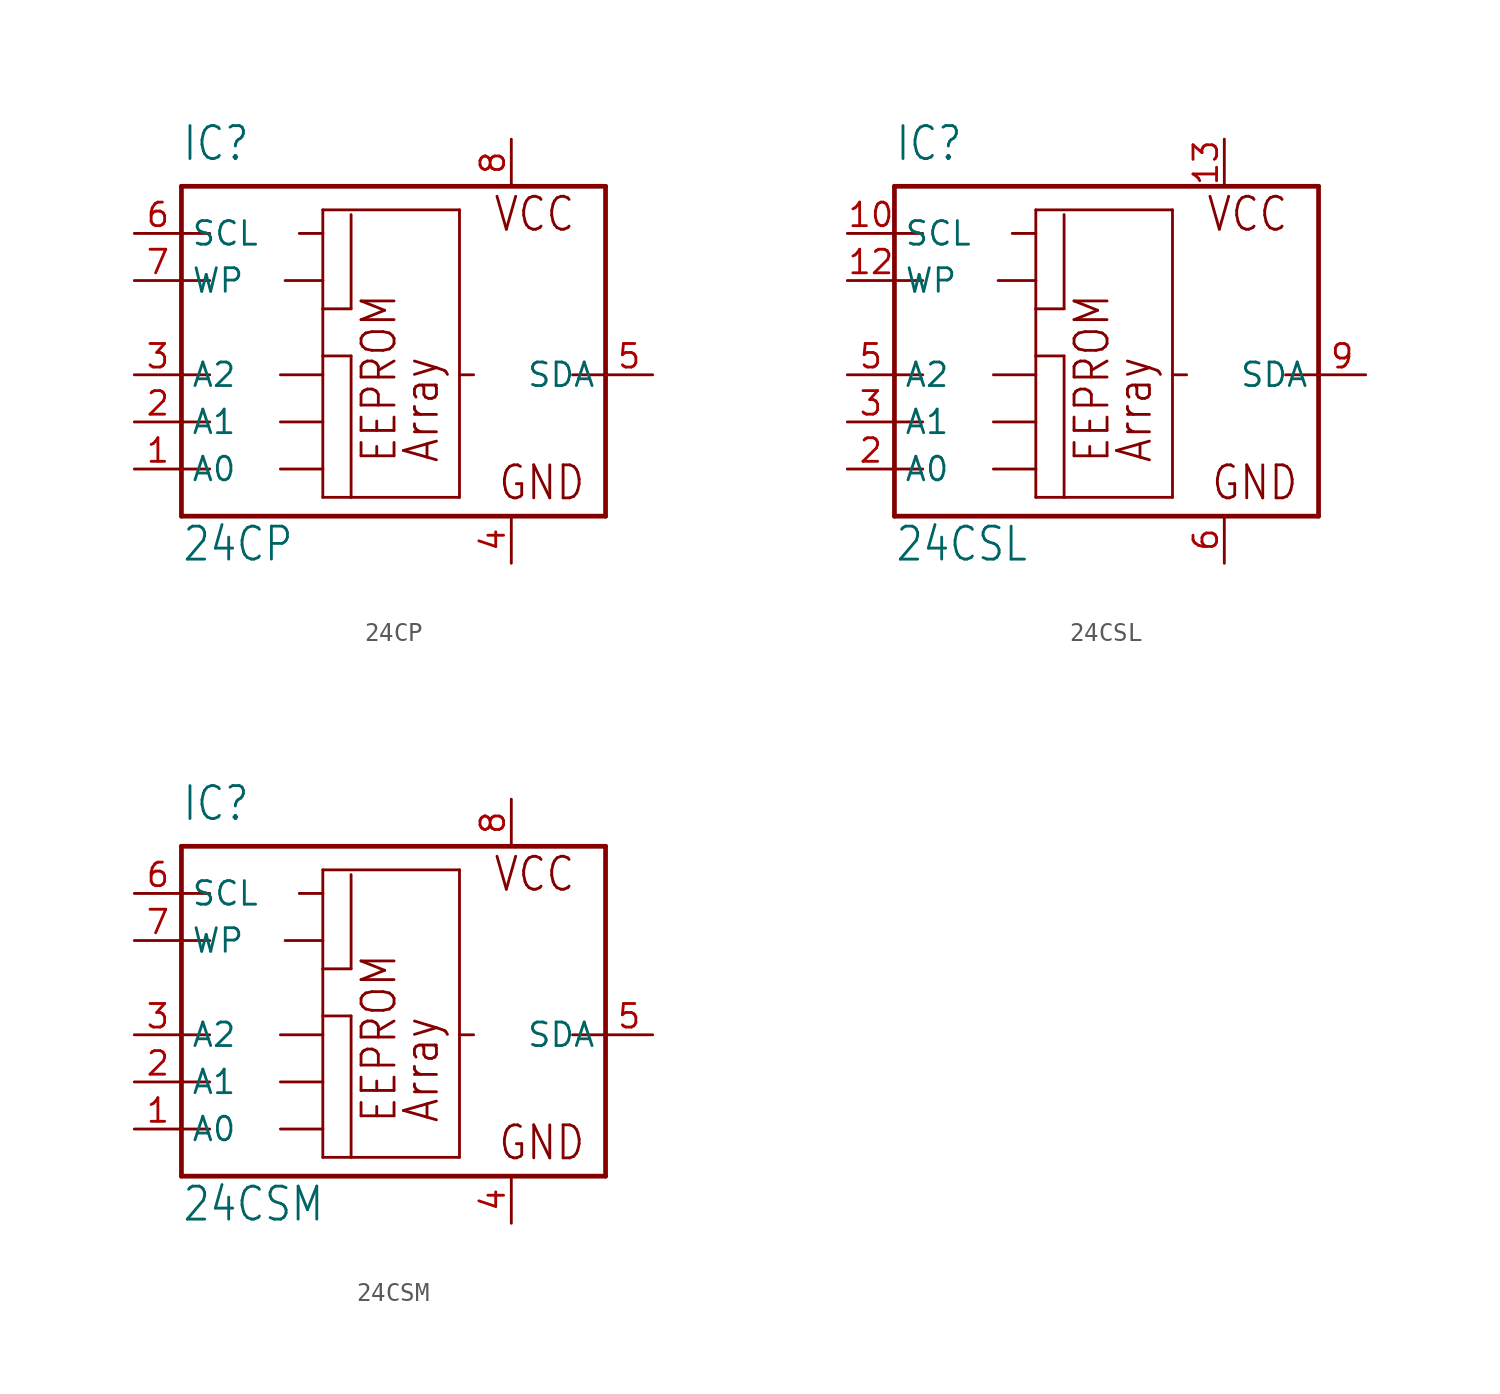
<source format=kicad_sym>
(kicad_symbol_lib
  (version 20211014)
  (generator kicad_symbol_editor)
  (symbol "24CP"
    (property "Reference" "IC"
      (at -10.16 11.43 0)
      (effects (font (size 1.778 1.511)) (justify left bottom)))
    (property "Value" "24CP"
      (at -10.16 -10.16 0)
      (effects (font (size 1.778 1.511)) (justify left bottom)))
    (property "ki_locked" ""
      (at 0 0 0)
      (effects (font (size 1.27 1.27))))
    (symbol "24CP_1_0"
      (polyline (pts (xy -10.16 -7.62) (xy -10.16 -5.08)) (stroke (width 0.254) (type default) (color 0 0 0 0)) (fill (type none)))
      (polyline (pts (xy -10.16 -5.08) (xy -10.16 -2.54)) (stroke (width 0.254) (type default) (color 0 0 0 0)) (fill (type none)))
      (polyline (pts (xy -10.16 -5.08) (xy -8.636 -5.08)) (stroke (width 0.152) (type default) (color 0 0 0 0)) (fill (type none)))
      (polyline (pts (xy -10.16 -2.54) (xy -10.16 0)) (stroke (width 0.254) (type default) (color 0 0 0 0)) (fill (type none)))
      (polyline (pts (xy -10.16 -2.54) (xy -8.636 -2.54)) (stroke (width 0.152) (type default) (color 0 0 0 0)) (fill (type none)))
      (polyline (pts (xy -10.16 0) (xy -10.16 5.08)) (stroke (width 0.254) (type default) (color 0 0 0 0)) (fill (type none)))
      (polyline (pts (xy -10.16 0) (xy -8.636 0)) (stroke (width 0.152) (type default) (color 0 0 0 0)) (fill (type none)))
      (polyline (pts (xy -10.16 5.08) (xy -10.16 7.62)) (stroke (width 0.254) (type default) (color 0 0 0 0)) (fill (type none)))
      (polyline (pts (xy -10.16 5.08) (xy -8.636 5.08)) (stroke (width 0.152) (type default) (color 0 0 0 0)) (fill (type none)))
      (polyline (pts (xy -10.16 7.62) (xy -10.16 10.16)) (stroke (width 0.254) (type default) (color 0 0 0 0)) (fill (type none)))
      (polyline (pts (xy -10.16 7.62) (xy -8.636 7.62)) (stroke (width 0.152) (type default) (color 0 0 0 0)) (fill (type none)))
      (polyline (pts (xy -10.16 10.16) (xy 12.7 10.16)) (stroke (width 0.254) (type default) (color 0 0 0 0)) (fill (type none)))
      (polyline (pts (xy -4.826 -5.08) (xy -2.54 -5.08)) (stroke (width 0.152) (type default) (color 0 0 0 0)) (fill (type none)))
      (polyline (pts (xy -4.826 -2.54) (xy -2.54 -2.54)) (stroke (width 0.152) (type default) (color 0 0 0 0)) (fill (type none)))
      (polyline (pts (xy -4.826 0) (xy -2.54 0)) (stroke (width 0.152) (type default) (color 0 0 0 0)) (fill (type none)))
      (polyline (pts (xy -4.572 5.08) (xy -2.54 5.08)) (stroke (width 0.152) (type default) (color 0 0 0 0)) (fill (type none)))
      (polyline (pts (xy -3.81 7.62) (xy -2.54 7.62)) (stroke (width 0.152) (type default) (color 0 0 0 0)) (fill (type none)))
      (polyline (pts (xy -2.54 -6.604) (xy -2.54 -5.08)) (stroke (width 0.152) (type default) (color 0 0 0 0)) (fill (type none)))
      (polyline (pts (xy -2.54 -5.08) (xy -2.54 -2.54)) (stroke (width 0.152) (type default) (color 0 0 0 0)) (fill (type none)))
      (polyline (pts (xy -2.54 -2.54) (xy -2.54 0)) (stroke (width 0.152) (type default) (color 0 0 0 0)) (fill (type none)))
      (polyline (pts (xy -2.54 0) (xy -2.54 1.016)) (stroke (width 0.152) (type default) (color 0 0 0 0)) (fill (type none)))
      (polyline (pts (xy -2.54 1.016) (xy -2.54 3.556)) (stroke (width 0.152) (type default) (color 0 0 0 0)) (fill (type none)))
      (polyline (pts (xy -2.54 1.016) (xy -1.016 1.016)) (stroke (width 0.152) (type default) (color 0 0 0 0)) (fill (type none)))
      (polyline (pts (xy -2.54 3.556) (xy -2.54 5.08)) (stroke (width 0.152) (type default) (color 0 0 0 0)) (fill (type none)))
      (polyline (pts (xy -2.54 3.556) (xy -1.016 3.556)) (stroke (width 0.152) (type default) (color 0 0 0 0)) (fill (type none)))
      (polyline (pts (xy -2.54 5.08) (xy -2.54 7.62)) (stroke (width 0.152) (type default) (color 0 0 0 0)) (fill (type none)))
      (polyline (pts (xy -2.54 7.62) (xy -2.54 8.89)) (stroke (width 0.152) (type default) (color 0 0 0 0)) (fill (type none)))
      (polyline (pts (xy -2.54 8.89) (xy 4.826 8.89)) (stroke (width 0.152) (type default) (color 0 0 0 0)) (fill (type none)))
      (polyline (pts (xy -1.016 -6.604) (xy -2.54 -6.604)) (stroke (width 0.152) (type default) (color 0 0 0 0)) (fill (type none)))
      (polyline (pts (xy -1.016 1.016) (xy -1.016 -6.604)) (stroke (width 0.152) (type default) (color 0 0 0 0)) (fill (type none)))
      (polyline (pts (xy -1.016 8.636) (xy -1.016 3.556)) (stroke (width 0.152) (type default) (color 0 0 0 0)) (fill (type none)))
      (polyline (pts (xy 4.826 -6.604) (xy -1.016 -6.604)) (stroke (width 0.152) (type default) (color 0 0 0 0)) (fill (type none)))
      (polyline (pts (xy 4.826 0) (xy 4.826 -6.604)) (stroke (width 0.152) (type default) (color 0 0 0 0)) (fill (type none)))
      (polyline (pts (xy 4.826 8.89) (xy 4.826 0)) (stroke (width 0.152) (type default) (color 0 0 0 0)) (fill (type none)))
      (polyline (pts (xy 5.588 0) (xy 4.826 0)) (stroke (width 0.152) (type default) (color 0 0 0 0)) (fill (type none)))
      (polyline (pts (xy 12.7 -7.62) (xy -10.16 -7.62)) (stroke (width 0.254) (type default) (color 0 0 0 0)) (fill (type none)))
      (polyline (pts (xy 12.7 0) (xy 10.922 0)) (stroke (width 0.152) (type default) (color 0 0 0 0)) (fill (type none)))
      (polyline (pts (xy 12.7 0) (xy 12.7 -7.62)) (stroke (width 0.254) (type default) (color 0 0 0 0)) (fill (type none)))
      (polyline (pts (xy 12.7 10.16) (xy 12.7 0)) (stroke (width 0.254) (type default) (color 0 0 0 0)) (fill (type none)))
      (text "Array" (at 3.81 -4.826 900) (effects (font (size 1.778 1.511)) (justify left bottom)))
      (text "EEPROM" (at 1.524 -4.826 900) (effects (font (size 1.778 1.511)) (justify left bottom)))
      (text "GND" (at 6.858 -6.858 0) (effects (font (size 1.778 1.511)) (justify left bottom)))
      (text "VCC" (at 6.604 7.62 0) (effects (font (size 1.778 1.511)) (justify left bottom)))
      (pin input line (at -12.7 -5.08 0) (length 2.54) (name "A0" (effects (font (size 1.27 1.27)))) (number "1" (effects (font (size 1.27 1.27)))))
      (pin input line (at -12.7 -2.54 0) (length 2.54) (name "A1" (effects (font (size 1.27 1.27)))) (number "2" (effects (font (size 1.27 1.27)))))
      (pin input line (at -12.7 0 0) (length 2.54) (name "A2" (effects (font (size 1.27 1.27)))) (number "3" (effects (font (size 1.27 1.27)))))
      (pin power_in line (at 7.62 -10.16 90) (length 2.54) (name "GND" (effects (font (size 0 0)))) (number "4" (effects (font (size 1.27 1.27)))))
      (pin bidirectional line (at 15.24 0 180) (length 2.54) (name "SDA" (effects (font (size 1.27 1.27)))) (number "5" (effects (font (size 1.27 1.27)))))
      (pin input line (at -12.7 7.62 0) (length 2.54) (name "SCL" (effects (font (size 1.27 1.27)))) (number "6" (effects (font (size 1.27 1.27)))))
      (pin input line (at -12.7 5.08 0) (length 2.54) (name "WP" (effects (font (size 1.27 1.27)))) (number "7" (effects (font (size 1.27 1.27)))))
      (pin power_in line (at 7.62 12.7 270) (length 2.54) (name "VCC" (effects (font (size 0 0)))) (number "8" (effects (font (size 1.27 1.27)))))))
  (symbol "24CSL"
    (property "Reference" "IC"
      (at -10.16 11.43 0)
      (effects (font (size 1.778 1.511)) (justify left bottom)))
    (property "Value" "24CSL"
      (at -10.16 -10.16 0)
      (effects (font (size 1.778 1.511)) (justify left bottom)))
    (property "ki_locked" ""
      (at 0 0 0)
      (effects (font (size 1.27 1.27))))
    (symbol "24CSL_1_0"
      (polyline (pts (xy -10.16 -7.62) (xy -10.16 -5.08)) (stroke (width 0.254) (type default) (color 0 0 0 0)) (fill (type none)))
      (polyline (pts (xy -10.16 -5.08) (xy -10.16 -2.54)) (stroke (width 0.254) (type default) (color 0 0 0 0)) (fill (type none)))
      (polyline (pts (xy -10.16 -5.08) (xy -8.636 -5.08)) (stroke (width 0.152) (type default) (color 0 0 0 0)) (fill (type none)))
      (polyline (pts (xy -10.16 -2.54) (xy -10.16 0)) (stroke (width 0.254) (type default) (color 0 0 0 0)) (fill (type none)))
      (polyline (pts (xy -10.16 -2.54) (xy -8.636 -2.54)) (stroke (width 0.152) (type default) (color 0 0 0 0)) (fill (type none)))
      (polyline (pts (xy -10.16 0) (xy -10.16 5.08)) (stroke (width 0.254) (type default) (color 0 0 0 0)) (fill (type none)))
      (polyline (pts (xy -10.16 0) (xy -8.636 0)) (stroke (width 0.152) (type default) (color 0 0 0 0)) (fill (type none)))
      (polyline (pts (xy -10.16 5.08) (xy -10.16 7.62)) (stroke (width 0.254) (type default) (color 0 0 0 0)) (fill (type none)))
      (polyline (pts (xy -10.16 5.08) (xy -8.636 5.08)) (stroke (width 0.152) (type default) (color 0 0 0 0)) (fill (type none)))
      (polyline (pts (xy -10.16 7.62) (xy -10.16 10.16)) (stroke (width 0.254) (type default) (color 0 0 0 0)) (fill (type none)))
      (polyline (pts (xy -10.16 7.62) (xy -8.636 7.62)) (stroke (width 0.152) (type default) (color 0 0 0 0)) (fill (type none)))
      (polyline (pts (xy -10.16 10.16) (xy 12.7 10.16)) (stroke (width 0.254) (type default) (color 0 0 0 0)) (fill (type none)))
      (polyline (pts (xy -4.826 -5.08) (xy -2.54 -5.08)) (stroke (width 0.152) (type default) (color 0 0 0 0)) (fill (type none)))
      (polyline (pts (xy -4.826 -2.54) (xy -2.54 -2.54)) (stroke (width 0.152) (type default) (color 0 0 0 0)) (fill (type none)))
      (polyline (pts (xy -4.826 0) (xy -2.54 0)) (stroke (width 0.152) (type default) (color 0 0 0 0)) (fill (type none)))
      (polyline (pts (xy -4.572 5.08) (xy -2.54 5.08)) (stroke (width 0.152) (type default) (color 0 0 0 0)) (fill (type none)))
      (polyline (pts (xy -3.81 7.62) (xy -2.54 7.62)) (stroke (width 0.152) (type default) (color 0 0 0 0)) (fill (type none)))
      (polyline (pts (xy -2.54 -6.604) (xy -2.54 -5.08)) (stroke (width 0.152) (type default) (color 0 0 0 0)) (fill (type none)))
      (polyline (pts (xy -2.54 -5.08) (xy -2.54 -2.54)) (stroke (width 0.152) (type default) (color 0 0 0 0)) (fill (type none)))
      (polyline (pts (xy -2.54 -2.54) (xy -2.54 0)) (stroke (width 0.152) (type default) (color 0 0 0 0)) (fill (type none)))
      (polyline (pts (xy -2.54 0) (xy -2.54 1.016)) (stroke (width 0.152) (type default) (color 0 0 0 0)) (fill (type none)))
      (polyline (pts (xy -2.54 1.016) (xy -2.54 3.556)) (stroke (width 0.152) (type default) (color 0 0 0 0)) (fill (type none)))
      (polyline (pts (xy -2.54 1.016) (xy -1.016 1.016)) (stroke (width 0.152) (type default) (color 0 0 0 0)) (fill (type none)))
      (polyline (pts (xy -2.54 3.556) (xy -2.54 5.08)) (stroke (width 0.152) (type default) (color 0 0 0 0)) (fill (type none)))
      (polyline (pts (xy -2.54 3.556) (xy -1.016 3.556)) (stroke (width 0.152) (type default) (color 0 0 0 0)) (fill (type none)))
      (polyline (pts (xy -2.54 5.08) (xy -2.54 7.62)) (stroke (width 0.152) (type default) (color 0 0 0 0)) (fill (type none)))
      (polyline (pts (xy -2.54 7.62) (xy -2.54 8.89)) (stroke (width 0.152) (type default) (color 0 0 0 0)) (fill (type none)))
      (polyline (pts (xy -2.54 8.89) (xy 4.826 8.89)) (stroke (width 0.152) (type default) (color 0 0 0 0)) (fill (type none)))
      (polyline (pts (xy -1.016 -6.604) (xy -2.54 -6.604)) (stroke (width 0.152) (type default) (color 0 0 0 0)) (fill (type none)))
      (polyline (pts (xy -1.016 1.016) (xy -1.016 -6.604)) (stroke (width 0.152) (type default) (color 0 0 0 0)) (fill (type none)))
      (polyline (pts (xy -1.016 8.636) (xy -1.016 3.556)) (stroke (width 0.152) (type default) (color 0 0 0 0)) (fill (type none)))
      (polyline (pts (xy 4.826 -6.604) (xy -1.016 -6.604)) (stroke (width 0.152) (type default) (color 0 0 0 0)) (fill (type none)))
      (polyline (pts (xy 4.826 0) (xy 4.826 -6.604)) (stroke (width 0.152) (type default) (color 0 0 0 0)) (fill (type none)))
      (polyline (pts (xy 4.826 8.89) (xy 4.826 0)) (stroke (width 0.152) (type default) (color 0 0 0 0)) (fill (type none)))
      (polyline (pts (xy 5.588 0) (xy 4.826 0)) (stroke (width 0.152) (type default) (color 0 0 0 0)) (fill (type none)))
      (polyline (pts (xy 12.7 -7.62) (xy -10.16 -7.62)) (stroke (width 0.254) (type default) (color 0 0 0 0)) (fill (type none)))
      (polyline (pts (xy 12.7 0) (xy 10.922 0)) (stroke (width 0.152) (type default) (color 0 0 0 0)) (fill (type none)))
      (polyline (pts (xy 12.7 0) (xy 12.7 -7.62)) (stroke (width 0.254) (type default) (color 0 0 0 0)) (fill (type none)))
      (polyline (pts (xy 12.7 10.16) (xy 12.7 0)) (stroke (width 0.254) (type default) (color 0 0 0 0)) (fill (type none)))
      (text "Array" (at 3.81 -4.826 900) (effects (font (size 1.778 1.511)) (justify left bottom)))
      (text "EEPROM" (at 1.524 -4.826 900) (effects (font (size 1.778 1.511)) (justify left bottom)))
      (text "GND" (at 6.858 -6.858 0) (effects (font (size 1.778 1.511)) (justify left bottom)))
      (text "VCC" (at 6.604 7.62 0) (effects (font (size 1.778 1.511)) (justify left bottom)))
      (pin input line (at -12.7 7.62 0) (length 2.54) (name "SCL" (effects (font (size 1.27 1.27)))) (number "10" (effects (font (size 1.27 1.27)))))
      (pin input line (at -12.7 5.08 0) (length 2.54) (name "WP" (effects (font (size 1.27 1.27)))) (number "12" (effects (font (size 1.27 1.27)))))
      (pin power_in line (at 7.62 12.7 270) (length 2.54) (name "VCC" (effects (font (size 0 0)))) (number "13" (effects (font (size 1.27 1.27)))))
      (pin input line (at -12.7 -5.08 0) (length 2.54) (name "A0" (effects (font (size 1.27 1.27)))) (number "2" (effects (font (size 1.27 1.27)))))
      (pin input line (at -12.7 -2.54 0) (length 2.54) (name "A1" (effects (font (size 1.27 1.27)))) (number "3" (effects (font (size 1.27 1.27)))))
      (pin input line (at -12.7 0 0) (length 2.54) (name "A2" (effects (font (size 1.27 1.27)))) (number "5" (effects (font (size 1.27 1.27)))))
      (pin power_in line (at 7.62 -10.16 90) (length 2.54) (name "GND" (effects (font (size 0 0)))) (number "6" (effects (font (size 1.27 1.27)))))
      (pin bidirectional line (at 15.24 0 180) (length 2.54) (name "SDA" (effects (font (size 1.27 1.27)))) (number "9" (effects (font (size 1.27 1.27)))))))
  (symbol "24CSM"
    (property "Reference" "IC"
      (at -10.16 11.43 0)
      (effects (font (size 1.778 1.511)) (justify left bottom)))
    (property "Value" "24CSM"
      (at -10.16 -10.16 0)
      (effects (font (size 1.778 1.511)) (justify left bottom)))
    (property "ki_locked" ""
      (at 0 0 0)
      (effects (font (size 1.27 1.27))))
    (symbol "24CSM_1_0"
      (polyline (pts (xy -10.16 -7.62) (xy -10.16 -5.08)) (stroke (width 0.254) (type default) (color 0 0 0 0)) (fill (type none)))
      (polyline (pts (xy -10.16 -5.08) (xy -10.16 -2.54)) (stroke (width 0.254) (type default) (color 0 0 0 0)) (fill (type none)))
      (polyline (pts (xy -10.16 -5.08) (xy -8.636 -5.08)) (stroke (width 0.152) (type default) (color 0 0 0 0)) (fill (type none)))
      (polyline (pts (xy -10.16 -2.54) (xy -10.16 0)) (stroke (width 0.254) (type default) (color 0 0 0 0)) (fill (type none)))
      (polyline (pts (xy -10.16 -2.54) (xy -8.636 -2.54)) (stroke (width 0.152) (type default) (color 0 0 0 0)) (fill (type none)))
      (polyline (pts (xy -10.16 0) (xy -10.16 5.08)) (stroke (width 0.254) (type default) (color 0 0 0 0)) (fill (type none)))
      (polyline (pts (xy -10.16 0) (xy -8.636 0)) (stroke (width 0.152) (type default) (color 0 0 0 0)) (fill (type none)))
      (polyline (pts (xy -10.16 5.08) (xy -10.16 7.62)) (stroke (width 0.254) (type default) (color 0 0 0 0)) (fill (type none)))
      (polyline (pts (xy -10.16 5.08) (xy -8.636 5.08)) (stroke (width 0.152) (type default) (color 0 0 0 0)) (fill (type none)))
      (polyline (pts (xy -10.16 7.62) (xy -10.16 10.16)) (stroke (width 0.254) (type default) (color 0 0 0 0)) (fill (type none)))
      (polyline (pts (xy -10.16 7.62) (xy -8.636 7.62)) (stroke (width 0.152) (type default) (color 0 0 0 0)) (fill (type none)))
      (polyline (pts (xy -10.16 10.16) (xy 12.7 10.16)) (stroke (width 0.254) (type default) (color 0 0 0 0)) (fill (type none)))
      (polyline (pts (xy -4.826 -5.08) (xy -2.54 -5.08)) (stroke (width 0.152) (type default) (color 0 0 0 0)) (fill (type none)))
      (polyline (pts (xy -4.826 -2.54) (xy -2.54 -2.54)) (stroke (width 0.152) (type default) (color 0 0 0 0)) (fill (type none)))
      (polyline (pts (xy -4.826 0) (xy -2.54 0)) (stroke (width 0.152) (type default) (color 0 0 0 0)) (fill (type none)))
      (polyline (pts (xy -4.572 5.08) (xy -2.54 5.08)) (stroke (width 0.152) (type default) (color 0 0 0 0)) (fill (type none)))
      (polyline (pts (xy -3.81 7.62) (xy -2.54 7.62)) (stroke (width 0.152) (type default) (color 0 0 0 0)) (fill (type none)))
      (polyline (pts (xy -2.54 -6.604) (xy -2.54 -5.08)) (stroke (width 0.152) (type default) (color 0 0 0 0)) (fill (type none)))
      (polyline (pts (xy -2.54 -5.08) (xy -2.54 -2.54)) (stroke (width 0.152) (type default) (color 0 0 0 0)) (fill (type none)))
      (polyline (pts (xy -2.54 -2.54) (xy -2.54 0)) (stroke (width 0.152) (type default) (color 0 0 0 0)) (fill (type none)))
      (polyline (pts (xy -2.54 0) (xy -2.54 1.016)) (stroke (width 0.152) (type default) (color 0 0 0 0)) (fill (type none)))
      (polyline (pts (xy -2.54 1.016) (xy -2.54 3.556)) (stroke (width 0.152) (type default) (color 0 0 0 0)) (fill (type none)))
      (polyline (pts (xy -2.54 1.016) (xy -1.016 1.016)) (stroke (width 0.152) (type default) (color 0 0 0 0)) (fill (type none)))
      (polyline (pts (xy -2.54 3.556) (xy -2.54 5.08)) (stroke (width 0.152) (type default) (color 0 0 0 0)) (fill (type none)))
      (polyline (pts (xy -2.54 3.556) (xy -1.016 3.556)) (stroke (width 0.152) (type default) (color 0 0 0 0)) (fill (type none)))
      (polyline (pts (xy -2.54 5.08) (xy -2.54 7.62)) (stroke (width 0.152) (type default) (color 0 0 0 0)) (fill (type none)))
      (polyline (pts (xy -2.54 7.62) (xy -2.54 8.89)) (stroke (width 0.152) (type default) (color 0 0 0 0)) (fill (type none)))
      (polyline (pts (xy -2.54 8.89) (xy 4.826 8.89)) (stroke (width 0.152) (type default) (color 0 0 0 0)) (fill (type none)))
      (polyline (pts (xy -1.016 -6.604) (xy -2.54 -6.604)) (stroke (width 0.152) (type default) (color 0 0 0 0)) (fill (type none)))
      (polyline (pts (xy -1.016 1.016) (xy -1.016 -6.604)) (stroke (width 0.152) (type default) (color 0 0 0 0)) (fill (type none)))
      (polyline (pts (xy -1.016 8.636) (xy -1.016 3.556)) (stroke (width 0.152) (type default) (color 0 0 0 0)) (fill (type none)))
      (polyline (pts (xy 4.826 -6.604) (xy -1.016 -6.604)) (stroke (width 0.152) (type default) (color 0 0 0 0)) (fill (type none)))
      (polyline (pts (xy 4.826 0) (xy 4.826 -6.604)) (stroke (width 0.152) (type default) (color 0 0 0 0)) (fill (type none)))
      (polyline (pts (xy 4.826 8.89) (xy 4.826 0)) (stroke (width 0.152) (type default) (color 0 0 0 0)) (fill (type none)))
      (polyline (pts (xy 5.588 0) (xy 4.826 0)) (stroke (width 0.152) (type default) (color 0 0 0 0)) (fill (type none)))
      (polyline (pts (xy 12.7 -7.62) (xy -10.16 -7.62)) (stroke (width 0.254) (type default) (color 0 0 0 0)) (fill (type none)))
      (polyline (pts (xy 12.7 0) (xy 10.922 0)) (stroke (width 0.152) (type default) (color 0 0 0 0)) (fill (type none)))
      (polyline (pts (xy 12.7 0) (xy 12.7 -7.62)) (stroke (width 0.254) (type default) (color 0 0 0 0)) (fill (type none)))
      (polyline (pts (xy 12.7 10.16) (xy 12.7 0)) (stroke (width 0.254) (type default) (color 0 0 0 0)) (fill (type none)))
      (text "Array" (at 3.81 -4.826 900) (effects (font (size 1.778 1.511)) (justify left bottom)))
      (text "EEPROM" (at 1.524 -4.826 900) (effects (font (size 1.778 1.511)) (justify left bottom)))
      (text "GND" (at 6.858 -6.858 0) (effects (font (size 1.778 1.511)) (justify left bottom)))
      (text "VCC" (at 6.604 7.62 0) (effects (font (size 1.778 1.511)) (justify left bottom)))
      (pin input line (at -12.7 -5.08 0) (length 2.54) (name "A0" (effects (font (size 1.27 1.27)))) (number "1" (effects (font (size 1.27 1.27)))))
      (pin input line (at -12.7 -2.54 0) (length 2.54) (name "A1" (effects (font (size 1.27 1.27)))) (number "2" (effects (font (size 1.27 1.27)))))
      (pin input line (at -12.7 0 0) (length 2.54) (name "A2" (effects (font (size 1.27 1.27)))) (number "3" (effects (font (size 1.27 1.27)))))
      (pin power_in line (at 7.62 -10.16 90) (length 2.54) (name "GND" (effects (font (size 0 0)))) (number "4" (effects (font (size 1.27 1.27)))))
      (pin bidirectional line (at 15.24 0 180) (length 2.54) (name "SDA" (effects (font (size 1.27 1.27)))) (number "5" (effects (font (size 1.27 1.27)))))
      (pin input line (at -12.7 7.62 0) (length 2.54) (name "SCL" (effects (font (size 1.27 1.27)))) (number "6" (effects (font (size 1.27 1.27)))))
      (pin input line (at -12.7 5.08 0) (length 2.54) (name "WP" (effects (font (size 1.27 1.27)))) (number "7" (effects (font (size 1.27 1.27)))))
      (pin power_in line (at 7.62 12.7 270) (length 2.54) (name "VCC" (effects (font (size 0 0)))) (number "8" (effects (font (size 1.27 1.27))))))))
</source>
